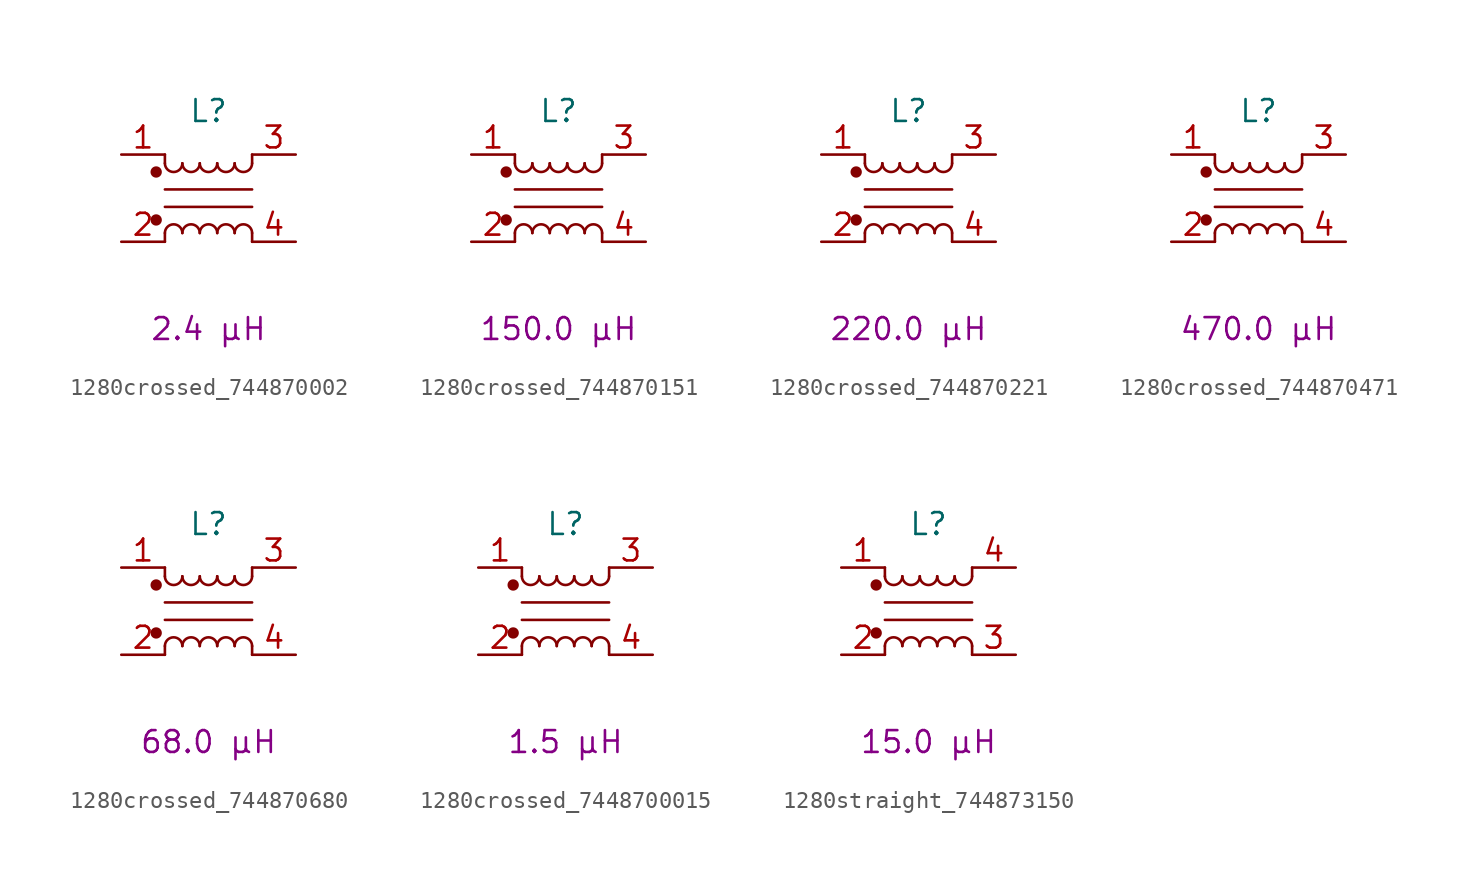
<source format=kicad_sym>
(kicad_symbol_lib
  (version 20220914)
  (generator kicad_symbol_editor)
  (symbol "1280crossed_744870002"
    (pin_names hide)
    (property "Reference" "L"
      (at 0 5.08 0)
      (effects (font (size 1.27 1.27))))
    (property "Critical Parameter" "2.4 µH"
      (at 0 -7.62 0)
      (effects (font (size 1.27 1.27))))
    (symbol "1280crossed_744870002_0_1"
      (circle (center -3.048 -1.27) (radius 0.254) (stroke (width 0) (type default)) (fill (type outline)))
      (circle (center -3.048 1.524) (radius 0.254) (stroke (width 0) (type default)) (fill (type outline)))
      (arc (start -2.54 2.032) (mid -2.032 1.5262) (end -1.524 2.032) (stroke (width 0) (type default)) (fill (type none)))
      (arc (start -1.524 -2.032) (mid -2.032 -1.5262) (end -2.54 -2.032) (stroke (width 0) (type default)) (fill (type none)))
      (arc (start -1.524 2.032) (mid -1.016 1.5262) (end -0.508 2.032) (stroke (width 0) (type default)) (fill (type none)))
      (arc (start -0.508 -2.032) (mid -1.016 -1.5262) (end -1.524 -2.032) (stroke (width 0) (type default)) (fill (type none)))
      (arc (start -0.508 2.032) (mid 0 1.5262) (end 0.508 2.032) (stroke (width 0) (type default)) (fill (type none)))
      (polyline (pts (xy -2.54 -2.032) (xy -2.54 -2.54)) (stroke (width 0) (type default)) (fill (type none)))
      (polyline (pts (xy -2.54 0.508) (xy 2.54 0.508)) (stroke (width 0) (type default)) (fill (type none)))
      (polyline (pts (xy -2.54 2.032) (xy -2.54 2.54)) (stroke (width 0) (type default)) (fill (type none)))
      (polyline (pts (xy 2.54 -2.032) (xy 2.54 -2.54)) (stroke (width 0) (type default)) (fill (type none)))
      (polyline (pts (xy 2.54 -0.508) (xy -2.54 -0.508)) (stroke (width 0) (type default)) (fill (type none)))
      (polyline (pts (xy 2.54 2.54) (xy 2.54 2.032)) (stroke (width 0) (type default)) (fill (type none)))
      (arc (start 0.508 -2.032) (mid 0 -1.5262) (end -0.508 -2.032) (stroke (width 0) (type default)) (fill (type none)))
      (arc (start 0.508 2.032) (mid 1.016 1.5262) (end 1.524 2.032) (stroke (width 0) (type default)) (fill (type none)))
      (arc (start 1.524 -2.032) (mid 1.016 -1.5262) (end 0.508 -2.032) (stroke (width 0) (type default)) (fill (type none)))
      (arc (start 1.524 2.032) (mid 2.032 1.5262) (end 2.54 2.032) (stroke (width 0) (type default)) (fill (type none)))
      (arc (start 2.54 -2.032) (mid 2.032 -1.5262) (end 1.524 -2.032) (stroke (width 0) (type default)) (fill (type none))))
    (symbol "1280crossed_744870002_1_1"
      (pin passive line (at -5.08 2.54 0) (length 2.54) (name "1" (effects (font (size 1.27 1.27)))) (number "1" (effects (font (size 1.27 1.27)))))
      (pin passive line (at -5.08 -2.54 0) (length 2.54) (name "2" (effects (font (size 1.27 1.27)))) (number "2" (effects (font (size 1.27 1.27)))))
      (pin passive line (at 5.08 2.54 180) (length 2.54) (name "3" (effects (font (size 1.27 1.27)))) (number "3" (effects (font (size 1.27 1.27)))))
      (pin passive line (at 5.08 -2.54 180) (length 2.54) (name "4" (effects (font (size 1.27 1.27)))) (number "4" (effects (font (size 1.27 1.27)))))))
  (symbol "1280crossed_744870151"
    (pin_names hide)
    (property "Reference" "L"
      (at 0 5.08 0)
      (effects (font (size 1.27 1.27))))
    (property "Critical Parameter" "150.0 µH"
      (at 0 -7.62 0)
      (effects (font (size 1.27 1.27))))
    (symbol "1280crossed_744870151_0_1"
      (circle (center -3.048 -1.27) (radius 0.254) (stroke (width 0) (type default)) (fill (type outline)))
      (circle (center -3.048 1.524) (radius 0.254) (stroke (width 0) (type default)) (fill (type outline)))
      (arc (start -2.54 2.032) (mid -2.032 1.5262) (end -1.524 2.032) (stroke (width 0) (type default)) (fill (type none)))
      (arc (start -1.524 -2.032) (mid -2.032 -1.5262) (end -2.54 -2.032) (stroke (width 0) (type default)) (fill (type none)))
      (arc (start -1.524 2.032) (mid -1.016 1.5262) (end -0.508 2.032) (stroke (width 0) (type default)) (fill (type none)))
      (arc (start -0.508 -2.032) (mid -1.016 -1.5262) (end -1.524 -2.032) (stroke (width 0) (type default)) (fill (type none)))
      (arc (start -0.508 2.032) (mid 0 1.5262) (end 0.508 2.032) (stroke (width 0) (type default)) (fill (type none)))
      (polyline (pts (xy -2.54 -2.032) (xy -2.54 -2.54)) (stroke (width 0) (type default)) (fill (type none)))
      (polyline (pts (xy -2.54 0.508) (xy 2.54 0.508)) (stroke (width 0) (type default)) (fill (type none)))
      (polyline (pts (xy -2.54 2.032) (xy -2.54 2.54)) (stroke (width 0) (type default)) (fill (type none)))
      (polyline (pts (xy 2.54 -2.032) (xy 2.54 -2.54)) (stroke (width 0) (type default)) (fill (type none)))
      (polyline (pts (xy 2.54 -0.508) (xy -2.54 -0.508)) (stroke (width 0) (type default)) (fill (type none)))
      (polyline (pts (xy 2.54 2.54) (xy 2.54 2.032)) (stroke (width 0) (type default)) (fill (type none)))
      (arc (start 0.508 -2.032) (mid 0 -1.5262) (end -0.508 -2.032) (stroke (width 0) (type default)) (fill (type none)))
      (arc (start 0.508 2.032) (mid 1.016 1.5262) (end 1.524 2.032) (stroke (width 0) (type default)) (fill (type none)))
      (arc (start 1.524 -2.032) (mid 1.016 -1.5262) (end 0.508 -2.032) (stroke (width 0) (type default)) (fill (type none)))
      (arc (start 1.524 2.032) (mid 2.032 1.5262) (end 2.54 2.032) (stroke (width 0) (type default)) (fill (type none)))
      (arc (start 2.54 -2.032) (mid 2.032 -1.5262) (end 1.524 -2.032) (stroke (width 0) (type default)) (fill (type none))))
    (symbol "1280crossed_744870151_1_1"
      (pin passive line (at -5.08 2.54 0) (length 2.54) (name "1" (effects (font (size 1.27 1.27)))) (number "1" (effects (font (size 1.27 1.27)))))
      (pin passive line (at -5.08 -2.54 0) (length 2.54) (name "2" (effects (font (size 1.27 1.27)))) (number "2" (effects (font (size 1.27 1.27)))))
      (pin passive line (at 5.08 2.54 180) (length 2.54) (name "3" (effects (font (size 1.27 1.27)))) (number "3" (effects (font (size 1.27 1.27)))))
      (pin passive line (at 5.08 -2.54 180) (length 2.54) (name "4" (effects (font (size 1.27 1.27)))) (number "4" (effects (font (size 1.27 1.27)))))))
  (symbol "1280crossed_744870221"
    (pin_names hide)
    (property "Reference" "L"
      (at 0 5.08 0)
      (effects (font (size 1.27 1.27))))
    (property "Critical Parameter" "220.0 µH"
      (at 0 -7.62 0)
      (effects (font (size 1.27 1.27))))
    (symbol "1280crossed_744870221_0_1"
      (circle (center -3.048 -1.27) (radius 0.254) (stroke (width 0) (type default)) (fill (type outline)))
      (circle (center -3.048 1.524) (radius 0.254) (stroke (width 0) (type default)) (fill (type outline)))
      (arc (start -2.54 2.032) (mid -2.032 1.5262) (end -1.524 2.032) (stroke (width 0) (type default)) (fill (type none)))
      (arc (start -1.524 -2.032) (mid -2.032 -1.5262) (end -2.54 -2.032) (stroke (width 0) (type default)) (fill (type none)))
      (arc (start -1.524 2.032) (mid -1.016 1.5262) (end -0.508 2.032) (stroke (width 0) (type default)) (fill (type none)))
      (arc (start -0.508 -2.032) (mid -1.016 -1.5262) (end -1.524 -2.032) (stroke (width 0) (type default)) (fill (type none)))
      (arc (start -0.508 2.032) (mid 0 1.5262) (end 0.508 2.032) (stroke (width 0) (type default)) (fill (type none)))
      (polyline (pts (xy -2.54 -2.032) (xy -2.54 -2.54)) (stroke (width 0) (type default)) (fill (type none)))
      (polyline (pts (xy -2.54 0.508) (xy 2.54 0.508)) (stroke (width 0) (type default)) (fill (type none)))
      (polyline (pts (xy -2.54 2.032) (xy -2.54 2.54)) (stroke (width 0) (type default)) (fill (type none)))
      (polyline (pts (xy 2.54 -2.032) (xy 2.54 -2.54)) (stroke (width 0) (type default)) (fill (type none)))
      (polyline (pts (xy 2.54 -0.508) (xy -2.54 -0.508)) (stroke (width 0) (type default)) (fill (type none)))
      (polyline (pts (xy 2.54 2.54) (xy 2.54 2.032)) (stroke (width 0) (type default)) (fill (type none)))
      (arc (start 0.508 -2.032) (mid 0 -1.5262) (end -0.508 -2.032) (stroke (width 0) (type default)) (fill (type none)))
      (arc (start 0.508 2.032) (mid 1.016 1.5262) (end 1.524 2.032) (stroke (width 0) (type default)) (fill (type none)))
      (arc (start 1.524 -2.032) (mid 1.016 -1.5262) (end 0.508 -2.032) (stroke (width 0) (type default)) (fill (type none)))
      (arc (start 1.524 2.032) (mid 2.032 1.5262) (end 2.54 2.032) (stroke (width 0) (type default)) (fill (type none)))
      (arc (start 2.54 -2.032) (mid 2.032 -1.5262) (end 1.524 -2.032) (stroke (width 0) (type default)) (fill (type none))))
    (symbol "1280crossed_744870221_1_1"
      (pin passive line (at -5.08 2.54 0) (length 2.54) (name "1" (effects (font (size 1.27 1.27)))) (number "1" (effects (font (size 1.27 1.27)))))
      (pin passive line (at -5.08 -2.54 0) (length 2.54) (name "2" (effects (font (size 1.27 1.27)))) (number "2" (effects (font (size 1.27 1.27)))))
      (pin passive line (at 5.08 2.54 180) (length 2.54) (name "3" (effects (font (size 1.27 1.27)))) (number "3" (effects (font (size 1.27 1.27)))))
      (pin passive line (at 5.08 -2.54 180) (length 2.54) (name "4" (effects (font (size 1.27 1.27)))) (number "4" (effects (font (size 1.27 1.27)))))))
  (symbol "1280crossed_744870471"
    (pin_names hide)
    (property "Reference" "L"
      (at 0 5.08 0)
      (effects (font (size 1.27 1.27))))
    (property "Critical Parameter" "470.0 µH"
      (at 0 -7.62 0)
      (effects (font (size 1.27 1.27))))
    (symbol "1280crossed_744870471_0_1"
      (circle (center -3.048 -1.27) (radius 0.254) (stroke (width 0) (type default)) (fill (type outline)))
      (circle (center -3.048 1.524) (radius 0.254) (stroke (width 0) (type default)) (fill (type outline)))
      (arc (start -2.54 2.032) (mid -2.032 1.5262) (end -1.524 2.032) (stroke (width 0) (type default)) (fill (type none)))
      (arc (start -1.524 -2.032) (mid -2.032 -1.5262) (end -2.54 -2.032) (stroke (width 0) (type default)) (fill (type none)))
      (arc (start -1.524 2.032) (mid -1.016 1.5262) (end -0.508 2.032) (stroke (width 0) (type default)) (fill (type none)))
      (arc (start -0.508 -2.032) (mid -1.016 -1.5262) (end -1.524 -2.032) (stroke (width 0) (type default)) (fill (type none)))
      (arc (start -0.508 2.032) (mid 0 1.5262) (end 0.508 2.032) (stroke (width 0) (type default)) (fill (type none)))
      (polyline (pts (xy -2.54 -2.032) (xy -2.54 -2.54)) (stroke (width 0) (type default)) (fill (type none)))
      (polyline (pts (xy -2.54 0.508) (xy 2.54 0.508)) (stroke (width 0) (type default)) (fill (type none)))
      (polyline (pts (xy -2.54 2.032) (xy -2.54 2.54)) (stroke (width 0) (type default)) (fill (type none)))
      (polyline (pts (xy 2.54 -2.032) (xy 2.54 -2.54)) (stroke (width 0) (type default)) (fill (type none)))
      (polyline (pts (xy 2.54 -0.508) (xy -2.54 -0.508)) (stroke (width 0) (type default)) (fill (type none)))
      (polyline (pts (xy 2.54 2.54) (xy 2.54 2.032)) (stroke (width 0) (type default)) (fill (type none)))
      (arc (start 0.508 -2.032) (mid 0 -1.5262) (end -0.508 -2.032) (stroke (width 0) (type default)) (fill (type none)))
      (arc (start 0.508 2.032) (mid 1.016 1.5262) (end 1.524 2.032) (stroke (width 0) (type default)) (fill (type none)))
      (arc (start 1.524 -2.032) (mid 1.016 -1.5262) (end 0.508 -2.032) (stroke (width 0) (type default)) (fill (type none)))
      (arc (start 1.524 2.032) (mid 2.032 1.5262) (end 2.54 2.032) (stroke (width 0) (type default)) (fill (type none)))
      (arc (start 2.54 -2.032) (mid 2.032 -1.5262) (end 1.524 -2.032) (stroke (width 0) (type default)) (fill (type none))))
    (symbol "1280crossed_744870471_1_1"
      (pin passive line (at -5.08 2.54 0) (length 2.54) (name "1" (effects (font (size 1.27 1.27)))) (number "1" (effects (font (size 1.27 1.27)))))
      (pin passive line (at -5.08 -2.54 0) (length 2.54) (name "2" (effects (font (size 1.27 1.27)))) (number "2" (effects (font (size 1.27 1.27)))))
      (pin passive line (at 5.08 2.54 180) (length 2.54) (name "3" (effects (font (size 1.27 1.27)))) (number "3" (effects (font (size 1.27 1.27)))))
      (pin passive line (at 5.08 -2.54 180) (length 2.54) (name "4" (effects (font (size 1.27 1.27)))) (number "4" (effects (font (size 1.27 1.27)))))))
  (symbol "1280crossed_744870680"
    (pin_names hide)
    (property "Reference" "L"
      (at 0 5.08 0)
      (effects (font (size 1.27 1.27))))
    (property "Critical Parameter" "68.0 µH"
      (at 0 -7.62 0)
      (effects (font (size 1.27 1.27))))
    (symbol "1280crossed_744870680_0_1"
      (circle (center -3.048 -1.27) (radius 0.254) (stroke (width 0) (type default)) (fill (type outline)))
      (circle (center -3.048 1.524) (radius 0.254) (stroke (width 0) (type default)) (fill (type outline)))
      (arc (start -2.54 2.032) (mid -2.032 1.5262) (end -1.524 2.032) (stroke (width 0) (type default)) (fill (type none)))
      (arc (start -1.524 -2.032) (mid -2.032 -1.5262) (end -2.54 -2.032) (stroke (width 0) (type default)) (fill (type none)))
      (arc (start -1.524 2.032) (mid -1.016 1.5262) (end -0.508 2.032) (stroke (width 0) (type default)) (fill (type none)))
      (arc (start -0.508 -2.032) (mid -1.016 -1.5262) (end -1.524 -2.032) (stroke (width 0) (type default)) (fill (type none)))
      (arc (start -0.508 2.032) (mid 0 1.5262) (end 0.508 2.032) (stroke (width 0) (type default)) (fill (type none)))
      (polyline (pts (xy -2.54 -2.032) (xy -2.54 -2.54)) (stroke (width 0) (type default)) (fill (type none)))
      (polyline (pts (xy -2.54 0.508) (xy 2.54 0.508)) (stroke (width 0) (type default)) (fill (type none)))
      (polyline (pts (xy -2.54 2.032) (xy -2.54 2.54)) (stroke (width 0) (type default)) (fill (type none)))
      (polyline (pts (xy 2.54 -2.032) (xy 2.54 -2.54)) (stroke (width 0) (type default)) (fill (type none)))
      (polyline (pts (xy 2.54 -0.508) (xy -2.54 -0.508)) (stroke (width 0) (type default)) (fill (type none)))
      (polyline (pts (xy 2.54 2.54) (xy 2.54 2.032)) (stroke (width 0) (type default)) (fill (type none)))
      (arc (start 0.508 -2.032) (mid 0 -1.5262) (end -0.508 -2.032) (stroke (width 0) (type default)) (fill (type none)))
      (arc (start 0.508 2.032) (mid 1.016 1.5262) (end 1.524 2.032) (stroke (width 0) (type default)) (fill (type none)))
      (arc (start 1.524 -2.032) (mid 1.016 -1.5262) (end 0.508 -2.032) (stroke (width 0) (type default)) (fill (type none)))
      (arc (start 1.524 2.032) (mid 2.032 1.5262) (end 2.54 2.032) (stroke (width 0) (type default)) (fill (type none)))
      (arc (start 2.54 -2.032) (mid 2.032 -1.5262) (end 1.524 -2.032) (stroke (width 0) (type default)) (fill (type none))))
    (symbol "1280crossed_744870680_1_1"
      (pin passive line (at -5.08 2.54 0) (length 2.54) (name "1" (effects (font (size 1.27 1.27)))) (number "1" (effects (font (size 1.27 1.27)))))
      (pin passive line (at -5.08 -2.54 0) (length 2.54) (name "2" (effects (font (size 1.27 1.27)))) (number "2" (effects (font (size 1.27 1.27)))))
      (pin passive line (at 5.08 2.54 180) (length 2.54) (name "3" (effects (font (size 1.27 1.27)))) (number "3" (effects (font (size 1.27 1.27)))))
      (pin passive line (at 5.08 -2.54 180) (length 2.54) (name "4" (effects (font (size 1.27 1.27)))) (number "4" (effects (font (size 1.27 1.27)))))))
  (symbol "1280crossed_7448700015"
    (pin_names hide)
    (property "Reference" "L"
      (at 0 5.08 0)
      (effects (font (size 1.27 1.27))))
    (property "Critical Parameter" "1.5 µH"
      (at 0 -7.62 0)
      (effects (font (size 1.27 1.27))))
    (symbol "1280crossed_7448700015_0_1"
      (circle (center -3.048 -1.27) (radius 0.254) (stroke (width 0) (type default)) (fill (type outline)))
      (circle (center -3.048 1.524) (radius 0.254) (stroke (width 0) (type default)) (fill (type outline)))
      (arc (start -2.54 2.032) (mid -2.032 1.5262) (end -1.524 2.032) (stroke (width 0) (type default)) (fill (type none)))
      (arc (start -1.524 -2.032) (mid -2.032 -1.5262) (end -2.54 -2.032) (stroke (width 0) (type default)) (fill (type none)))
      (arc (start -1.524 2.032) (mid -1.016 1.5262) (end -0.508 2.032) (stroke (width 0) (type default)) (fill (type none)))
      (arc (start -0.508 -2.032) (mid -1.016 -1.5262) (end -1.524 -2.032) (stroke (width 0) (type default)) (fill (type none)))
      (arc (start -0.508 2.032) (mid 0 1.5262) (end 0.508 2.032) (stroke (width 0) (type default)) (fill (type none)))
      (polyline (pts (xy -2.54 -2.032) (xy -2.54 -2.54)) (stroke (width 0) (type default)) (fill (type none)))
      (polyline (pts (xy -2.54 0.508) (xy 2.54 0.508)) (stroke (width 0) (type default)) (fill (type none)))
      (polyline (pts (xy -2.54 2.032) (xy -2.54 2.54)) (stroke (width 0) (type default)) (fill (type none)))
      (polyline (pts (xy 2.54 -2.032) (xy 2.54 -2.54)) (stroke (width 0) (type default)) (fill (type none)))
      (polyline (pts (xy 2.54 -0.508) (xy -2.54 -0.508)) (stroke (width 0) (type default)) (fill (type none)))
      (polyline (pts (xy 2.54 2.54) (xy 2.54 2.032)) (stroke (width 0) (type default)) (fill (type none)))
      (arc (start 0.508 -2.032) (mid 0 -1.5262) (end -0.508 -2.032) (stroke (width 0) (type default)) (fill (type none)))
      (arc (start 0.508 2.032) (mid 1.016 1.5262) (end 1.524 2.032) (stroke (width 0) (type default)) (fill (type none)))
      (arc (start 1.524 -2.032) (mid 1.016 -1.5262) (end 0.508 -2.032) (stroke (width 0) (type default)) (fill (type none)))
      (arc (start 1.524 2.032) (mid 2.032 1.5262) (end 2.54 2.032) (stroke (width 0) (type default)) (fill (type none)))
      (arc (start 2.54 -2.032) (mid 2.032 -1.5262) (end 1.524 -2.032) (stroke (width 0) (type default)) (fill (type none))))
    (symbol "1280crossed_7448700015_1_1"
      (pin passive line (at -5.08 2.54 0) (length 2.54) (name "1" (effects (font (size 1.27 1.27)))) (number "1" (effects (font (size 1.27 1.27)))))
      (pin passive line (at -5.08 -2.54 0) (length 2.54) (name "2" (effects (font (size 1.27 1.27)))) (number "2" (effects (font (size 1.27 1.27)))))
      (pin passive line (at 5.08 2.54 180) (length 2.54) (name "3" (effects (font (size 1.27 1.27)))) (number "3" (effects (font (size 1.27 1.27)))))
      (pin passive line (at 5.08 -2.54 180) (length 2.54) (name "4" (effects (font (size 1.27 1.27)))) (number "4" (effects (font (size 1.27 1.27)))))))
  (symbol "1280straight_744873150"
    (pin_names hide)
    (property "Reference" "L"
      (at 0 5.08 0)
      (effects (font (size 1.27 1.27))))
    (property "Critical Parameter" "15.0 µH"
      (at 0 -7.62 0)
      (effects (font (size 1.27 1.27))))
    (symbol "1280straight_744873150_0_1"
      (circle (center -3.048 -1.27) (radius 0.254) (stroke (width 0) (type default)) (fill (type outline)))
      (circle (center -3.048 1.524) (radius 0.254) (stroke (width 0) (type default)) (fill (type outline)))
      (arc (start -2.54 2.032) (mid -2.032 1.5262) (end -1.524 2.032) (stroke (width 0) (type default)) (fill (type none)))
      (arc (start -1.524 -2.032) (mid -2.032 -1.5262) (end -2.54 -2.032) (stroke (width 0) (type default)) (fill (type none)))
      (arc (start -1.524 2.032) (mid -1.016 1.5262) (end -0.508 2.032) (stroke (width 0) (type default)) (fill (type none)))
      (arc (start -0.508 -2.032) (mid -1.016 -1.5262) (end -1.524 -2.032) (stroke (width 0) (type default)) (fill (type none)))
      (arc (start -0.508 2.032) (mid 0 1.5262) (end 0.508 2.032) (stroke (width 0) (type default)) (fill (type none)))
      (polyline (pts (xy -2.54 -2.032) (xy -2.54 -2.54)) (stroke (width 0) (type default)) (fill (type none)))
      (polyline (pts (xy -2.54 0.508) (xy 2.54 0.508)) (stroke (width 0) (type default)) (fill (type none)))
      (polyline (pts (xy -2.54 2.032) (xy -2.54 2.54)) (stroke (width 0) (type default)) (fill (type none)))
      (polyline (pts (xy 2.54 -2.032) (xy 2.54 -2.54)) (stroke (width 0) (type default)) (fill (type none)))
      (polyline (pts (xy 2.54 -0.508) (xy -2.54 -0.508)) (stroke (width 0) (type default)) (fill (type none)))
      (polyline (pts (xy 2.54 2.54) (xy 2.54 2.032)) (stroke (width 0) (type default)) (fill (type none)))
      (arc (start 0.508 -2.032) (mid 0 -1.5262) (end -0.508 -2.032) (stroke (width 0) (type default)) (fill (type none)))
      (arc (start 0.508 2.032) (mid 1.016 1.5262) (end 1.524 2.032) (stroke (width 0) (type default)) (fill (type none)))
      (arc (start 1.524 -2.032) (mid 1.016 -1.5262) (end 0.508 -2.032) (stroke (width 0) (type default)) (fill (type none)))
      (arc (start 1.524 2.032) (mid 2.032 1.5262) (end 2.54 2.032) (stroke (width 0) (type default)) (fill (type none)))
      (arc (start 2.54 -2.032) (mid 2.032 -1.5262) (end 1.524 -2.032) (stroke (width 0) (type default)) (fill (type none))))
    (symbol "1280straight_744873150_1_1"
      (pin passive line (at -5.08 2.54 0) (length 2.54) (name "1" (effects (font (size 1.27 1.27)))) (number "1" (effects (font (size 1.27 1.27)))))
      (pin passive line (at -5.08 -2.54 0) (length 2.54) (name "2" (effects (font (size 1.27 1.27)))) (number "2" (effects (font (size 1.27 1.27)))))
      (pin passive line (at 5.08 -2.54 180) (length 2.54) (name "3" (effects (font (size 1.27 1.27)))) (number "3" (effects (font (size 1.27 1.27)))))
      (pin passive line (at 5.08 2.54 180) (length 2.54) (name "4" (effects (font (size 1.27 1.27)))) (number "4" (effects (font (size 1.27 1.27))))))))
</source>
